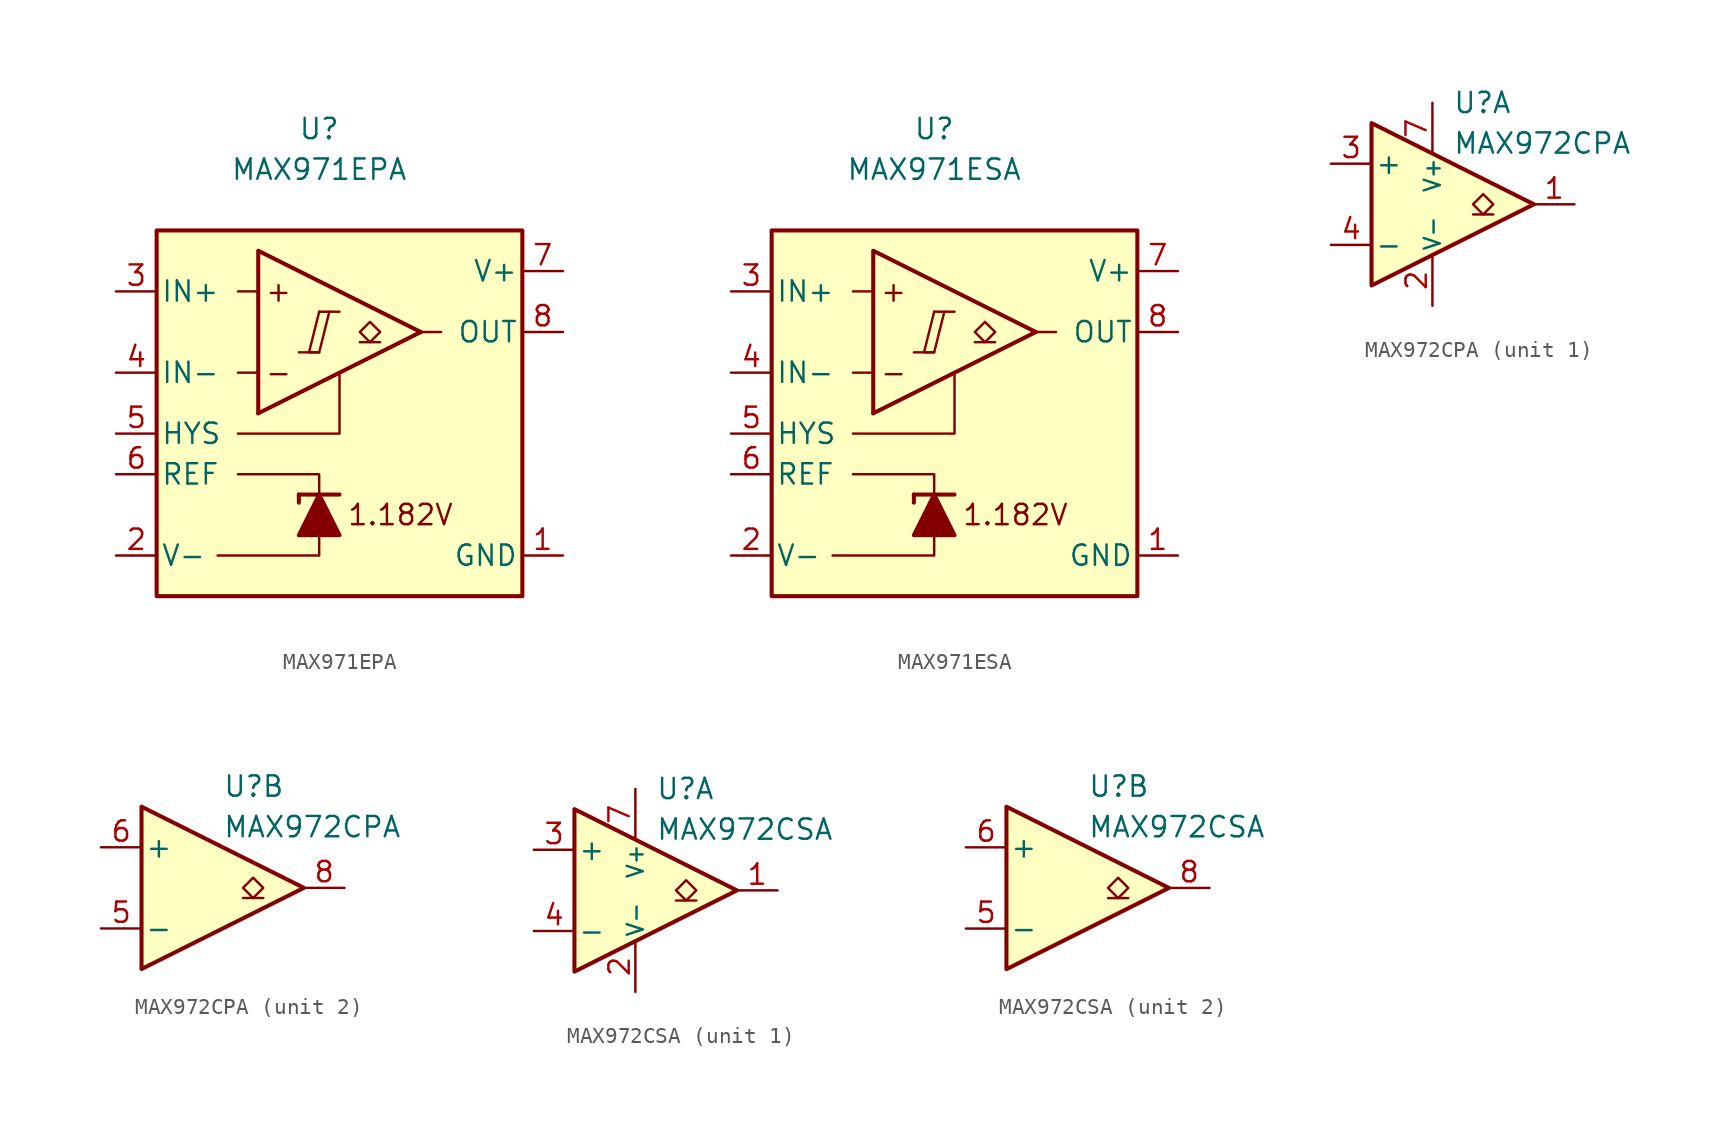
<source format=kicad_sym>
(kicad_symbol_lib
  (version 20211014)
  (generator kicad_symbol_editor)
  (symbol "MAX971EPA"
    (pin_names
      (offset 0.254))
    (property "Reference" "U"
      (at 0 16.51 0)
      (effects (font (size 1.27 1.27))))
    (property "Value" "MAX971EPA"
      (at 0 13.97 0)
      (effects (font (size 1.27 1.27))))
    (symbol "MAX971EPA_0_0"
      (polyline (pts (xy -1.27 2.54) (xy 0 2.54)) (stroke (width 0.152) (type default) (color 0 0 0 0)) (fill (type none)))
      (polyline (pts (xy 0 5.08) (xy 1.27 5.08)) (stroke (width 0.152) (type default) (color 0 0 0 0)) (fill (type none)))
      (polyline (pts (xy 6.35 3.81) (xy -3.81 -1.27)) (stroke (width 0.254) (type default) (color 0 0 0 0)) (fill (type none)))
      (polyline (pts (xy 6.35 3.81) (xy -3.81 8.89) (xy -3.81 -1.27)) (stroke (width 0.254) (type default) (color 0 0 0 0)) (fill (type background)))
      (polyline (pts (xy 0 5.08) (xy -0.635 2.54) (xy 0 2.54) (xy 0.635 5.08)) (stroke (width 0.152) (type default) (color 0 0 0 0)) (fill (type none)))
      (text "+" (at -2.54 6.35 0) (effects (font (size 1.27 1.27))))
      (text "-" (at -2.54 1.27 0) (effects (font (size 1.27 1.27))))
      (text "1.182V" (at 5.08 -7.62 0) (effects (font (size 1.27 1.27)))))
    (symbol "MAX971EPA_0_1"
      (polyline (pts (xy -3.81 1.27) (xy -5.08 1.27)) (stroke (width 0) (type default) (color 0 0 0 0)) (fill (type none)))
      (polyline (pts (xy -3.81 6.35) (xy -5.08 6.35)) (stroke (width 0) (type default) (color 0 0 0 0)) (fill (type none)))
      (polyline (pts (xy -1.27 -6.35) (xy -1.27 -6.858)) (stroke (width 0.254) (type default) (color 0 0 0 0)) (fill (type none)))
      (polyline (pts (xy -1.27 -6.35) (xy 1.27 -6.35)) (stroke (width 0.254) (type default) (color 0 0 0 0)) (fill (type none)))
      (polyline (pts (xy 6.35 3.81) (xy 7.62 3.81)) (stroke (width 0) (type default) (color 0 0 0 0)) (fill (type none)))
      (polyline (pts (xy 0 -8.89) (xy 0 -10.16) (xy -6.35 -10.16)) (stroke (width 0) (type default) (color 0 0 0 0)) (fill (type none)))
      (polyline (pts (xy 0 -6.35) (xy 0 -5.08) (xy -5.08 -5.08)) (stroke (width 0) (type default) (color 0 0 0 0)) (fill (type none)))
      (polyline (pts (xy 1.27 1.27) (xy 1.27 -2.54) (xy -5.08 -2.54)) (stroke (width 0) (type default) (color 0 0 0 0)) (fill (type none)))
      (polyline (pts (xy 1.27 -8.89) (xy -1.27 -8.89) (xy 0 -6.35) (xy 1.27 -8.89)) (stroke (width 0.254) (type default) (color 0 0 0 0)) (fill (type outline)))
      (rectangle (start 12.7 10.16) (end -10.16 -12.7) (stroke (width 0.254) (type default) (color 0 0 0 0)) (fill (type background))))
    (symbol "MAX971EPA_1_1"
      (polyline (pts (xy 3.81 3.175) (xy 2.54 3.175)) (stroke (width 0.152) (type default) (color 0 0 0 0)) (fill (type none)))
      (polyline (pts (xy 3.175 3.175) (xy 2.54 3.81) (xy 3.175 4.445) (xy 3.81 3.81) (xy 3.175 3.175)) (stroke (width 0.152) (type default) (color 0 0 0 0)) (fill (type none)))
      (pin power_in line (at 15.24 -10.16 180) (length 2.54) (name "GND" (effects (font (size 1.27 1.27)))) (number "1" (effects (font (size 1.27 1.27)))))
      (pin power_in line (at -12.7 -10.16 0) (length 2.54) (name "V-" (effects (font (size 1.27 1.27)))) (number "2" (effects (font (size 1.27 1.27)))))
      (pin input line (at -12.7 6.35 0) (length 2.54) (name "IN+" (effects (font (size 1.27 1.27)))) (number "3" (effects (font (size 1.27 1.27)))))
      (pin input line (at -12.7 1.27 0) (length 2.54) (name "IN-" (effects (font (size 1.27 1.27)))) (number "4" (effects (font (size 1.27 1.27)))))
      (pin input line (at -12.7 -2.54 0) (length 2.54) (name "HYS" (effects (font (size 1.27 1.27)))) (number "5" (effects (font (size 1.27 1.27)))))
      (pin output line (at -12.7 -5.08 0) (length 2.54) (name "REF" (effects (font (size 1.27 1.27)))) (number "6" (effects (font (size 1.27 1.27)))))
      (pin power_in line (at 15.24 7.62 180) (length 2.54) (name "V+" (effects (font (size 1.27 1.27)))) (number "7" (effects (font (size 1.27 1.27)))))
      (pin open_collector line (at 15.24 3.81 180) (length 2.54) (name "OUT" (effects (font (size 1.27 1.27)))) (number "8" (effects (font (size 1.27 1.27)))))))
  (symbol "MAX971ESA"
    (pin_names
      (offset 0.254))
    (property "Reference" "U"
      (at 0 16.51 0)
      (effects (font (size 1.27 1.27))))
    (property "Value" "MAX971ESA"
      (at 0 13.97 0)
      (effects (font (size 1.27 1.27))))
    (symbol "MAX971ESA_0_0"
      (polyline (pts (xy -1.27 2.54) (xy 0 2.54)) (stroke (width 0.152) (type default) (color 0 0 0 0)) (fill (type none)))
      (polyline (pts (xy 0 5.08) (xy 1.27 5.08)) (stroke (width 0.152) (type default) (color 0 0 0 0)) (fill (type none)))
      (polyline (pts (xy 6.35 3.81) (xy -3.81 -1.27)) (stroke (width 0.254) (type default) (color 0 0 0 0)) (fill (type none)))
      (polyline (pts (xy 6.35 3.81) (xy -3.81 8.89) (xy -3.81 -1.27)) (stroke (width 0.254) (type default) (color 0 0 0 0)) (fill (type background)))
      (polyline (pts (xy 0 5.08) (xy -0.635 2.54) (xy 0 2.54) (xy 0.635 5.08)) (stroke (width 0.152) (type default) (color 0 0 0 0)) (fill (type none)))
      (text "+" (at -2.54 6.35 0) (effects (font (size 1.27 1.27))))
      (text "-" (at -2.54 1.27 0) (effects (font (size 1.27 1.27))))
      (text "1.182V" (at 5.08 -7.62 0) (effects (font (size 1.27 1.27)))))
    (symbol "MAX971ESA_0_1"
      (polyline (pts (xy -3.81 1.27) (xy -5.08 1.27)) (stroke (width 0) (type default) (color 0 0 0 0)) (fill (type none)))
      (polyline (pts (xy -3.81 6.35) (xy -5.08 6.35)) (stroke (width 0) (type default) (color 0 0 0 0)) (fill (type none)))
      (polyline (pts (xy -1.27 -6.35) (xy -1.27 -6.858)) (stroke (width 0.254) (type default) (color 0 0 0 0)) (fill (type none)))
      (polyline (pts (xy -1.27 -6.35) (xy 1.27 -6.35)) (stroke (width 0.254) (type default) (color 0 0 0 0)) (fill (type none)))
      (polyline (pts (xy 6.35 3.81) (xy 7.62 3.81)) (stroke (width 0) (type default) (color 0 0 0 0)) (fill (type none)))
      (polyline (pts (xy 0 -8.89) (xy 0 -10.16) (xy -6.35 -10.16)) (stroke (width 0) (type default) (color 0 0 0 0)) (fill (type none)))
      (polyline (pts (xy 0 -6.35) (xy 0 -5.08) (xy -5.08 -5.08)) (stroke (width 0) (type default) (color 0 0 0 0)) (fill (type none)))
      (polyline (pts (xy 1.27 1.27) (xy 1.27 -2.54) (xy -5.08 -2.54)) (stroke (width 0) (type default) (color 0 0 0 0)) (fill (type none)))
      (polyline (pts (xy 1.27 -8.89) (xy -1.27 -8.89) (xy 0 -6.35) (xy 1.27 -8.89)) (stroke (width 0.254) (type default) (color 0 0 0 0)) (fill (type outline)))
      (rectangle (start 12.7 10.16) (end -10.16 -12.7) (stroke (width 0.254) (type default) (color 0 0 0 0)) (fill (type background))))
    (symbol "MAX971ESA_1_1"
      (polyline (pts (xy 3.81 3.175) (xy 2.54 3.175)) (stroke (width 0.152) (type default) (color 0 0 0 0)) (fill (type none)))
      (polyline (pts (xy 3.175 3.175) (xy 2.54 3.81) (xy 3.175 4.445) (xy 3.81 3.81) (xy 3.175 3.175)) (stroke (width 0.152) (type default) (color 0 0 0 0)) (fill (type none)))
      (pin power_in line (at 15.24 -10.16 180) (length 2.54) (name "GND" (effects (font (size 1.27 1.27)))) (number "1" (effects (font (size 1.27 1.27)))))
      (pin power_in line (at -12.7 -10.16 0) (length 2.54) (name "V-" (effects (font (size 1.27 1.27)))) (number "2" (effects (font (size 1.27 1.27)))))
      (pin input line (at -12.7 6.35 0) (length 2.54) (name "IN+" (effects (font (size 1.27 1.27)))) (number "3" (effects (font (size 1.27 1.27)))))
      (pin input line (at -12.7 1.27 0) (length 2.54) (name "IN-" (effects (font (size 1.27 1.27)))) (number "4" (effects (font (size 1.27 1.27)))))
      (pin input line (at -12.7 -2.54 0) (length 2.54) (name "HYS" (effects (font (size 1.27 1.27)))) (number "5" (effects (font (size 1.27 1.27)))))
      (pin output line (at -12.7 -5.08 0) (length 2.54) (name "REF" (effects (font (size 1.27 1.27)))) (number "6" (effects (font (size 1.27 1.27)))))
      (pin power_in line (at 15.24 7.62 180) (length 2.54) (name "V+" (effects (font (size 1.27 1.27)))) (number "7" (effects (font (size 1.27 1.27)))))
      (pin open_collector line (at 15.24 3.81 180) (length 2.54) (name "OUT" (effects (font (size 1.27 1.27)))) (number "8" (effects (font (size 1.27 1.27)))))))
  (symbol "MAX972CPA"
    (pin_names
      (offset 0.2))
    (property "Reference" "U"
      (at 1.27 6.35 0)
      (effects (font (size 1.27 1.27)) (justify left)))
    (property "Value" "MAX972CPA"
      (at 1.27 3.81 0)
      (effects (font (size 1.27 1.27)) (justify left)))
    (property "ki_locked" ""
      (at 0 0 0)
      (effects (font (size 1.27 1.27))))
    (symbol "MAX972CPA_0_1"
      (polyline (pts (xy -3.81 5.08) (xy -3.81 -5.08) (xy 6.35 0) (xy -3.81 5.08)) (stroke (width 0.254) (type default) (color 0 0 0 0)) (fill (type background))))
    (symbol "MAX972CPA_1_1"
      (polyline (pts (xy 3.81 -0.635) (xy 2.54 -0.635)) (stroke (width 0.152) (type default) (color 0 0 0 0)) (fill (type none)))
      (polyline (pts (xy 3.175 -0.635) (xy 2.54 0) (xy 3.175 0.635) (xy 3.81 0) (xy 3.175 -0.635)) (stroke (width 0.152) (type default) (color 0 0 0 0)) (fill (type none)))
      (pin output line (at 8.89 0 180) (length 2.54) (name "~" (effects (font (size 1.27 1.27)))) (number "1" (effects (font (size 1.27 1.27)))))
      (pin power_in line (at 0 -6.35 90) (length 3.18) (name "V-" (effects (font (size 1 1)))) (number "2" (effects (font (size 1.27 1.27)))))
      (pin input line (at -6.35 2.54 0) (length 2.54) (name "+" (effects (font (size 1.27 1.27)))) (number "3" (effects (font (size 1.27 1.27)))))
      (pin input line (at -6.35 -2.54 0) (length 2.54) (name "-" (effects (font (size 1.27 1.27)))) (number "4" (effects (font (size 1.27 1.27)))))
      (pin power_in line (at 0 6.35 270) (length 3.18) (name "V+" (effects (font (size 1 1)))) (number "7" (effects (font (size 1.27 1.27))))))
    (symbol "MAX972CPA_2_1"
      (polyline (pts (xy 3.81 -0.635) (xy 2.54 -0.635)) (stroke (width 0.152) (type default) (color 0 0 0 0)) (fill (type none)))
      (polyline (pts (xy 3.175 -0.635) (xy 2.54 0) (xy 3.175 0.635) (xy 3.81 0) (xy 3.175 -0.635)) (stroke (width 0.152) (type default) (color 0 0 0 0)) (fill (type none)))
      (pin input line (at -6.35 -2.54 0) (length 2.54) (name "-" (effects (font (size 1.27 1.27)))) (number "5" (effects (font (size 1.27 1.27)))))
      (pin input line (at -6.35 2.54 0) (length 2.54) (name "+" (effects (font (size 1.27 1.27)))) (number "6" (effects (font (size 1.27 1.27)))))
      (pin output line (at 8.89 0 180) (length 2.54) (name "~" (effects (font (size 1.27 1.27)))) (number "8" (effects (font (size 1.27 1.27)))))))
  (symbol "MAX972CSA"
    (pin_names
      (offset 0.2))
    (property "Reference" "U"
      (at 1.27 6.35 0)
      (effects (font (size 1.27 1.27)) (justify left)))
    (property "Value" "MAX972CSA"
      (at 1.27 3.81 0)
      (effects (font (size 1.27 1.27)) (justify left)))
    (property "ki_locked" ""
      (at 0 0 0)
      (effects (font (size 1.27 1.27))))
    (symbol "MAX972CSA_0_1"
      (polyline (pts (xy -3.81 5.08) (xy -3.81 -5.08) (xy 6.35 0) (xy -3.81 5.08)) (stroke (width 0.254) (type default) (color 0 0 0 0)) (fill (type background))))
    (symbol "MAX972CSA_1_1"
      (polyline (pts (xy 3.81 -0.635) (xy 2.54 -0.635)) (stroke (width 0.152) (type default) (color 0 0 0 0)) (fill (type none)))
      (polyline (pts (xy 3.175 -0.635) (xy 2.54 0) (xy 3.175 0.635) (xy 3.81 0) (xy 3.175 -0.635)) (stroke (width 0.152) (type default) (color 0 0 0 0)) (fill (type none)))
      (pin output line (at 8.89 0 180) (length 2.54) (name "~" (effects (font (size 1.27 1.27)))) (number "1" (effects (font (size 1.27 1.27)))))
      (pin power_in line (at 0 -6.35 90) (length 3.18) (name "V-" (effects (font (size 1 1)))) (number "2" (effects (font (size 1.27 1.27)))))
      (pin input line (at -6.35 2.54 0) (length 2.54) (name "+" (effects (font (size 1.27 1.27)))) (number "3" (effects (font (size 1.27 1.27)))))
      (pin input line (at -6.35 -2.54 0) (length 2.54) (name "-" (effects (font (size 1.27 1.27)))) (number "4" (effects (font (size 1.27 1.27)))))
      (pin power_in line (at 0 6.35 270) (length 3.18) (name "V+" (effects (font (size 1 1)))) (number "7" (effects (font (size 1.27 1.27))))))
    (symbol "MAX972CSA_2_1"
      (polyline (pts (xy 3.81 -0.635) (xy 2.54 -0.635)) (stroke (width 0.152) (type default) (color 0 0 0 0)) (fill (type none)))
      (polyline (pts (xy 3.175 -0.635) (xy 2.54 0) (xy 3.175 0.635) (xy 3.81 0) (xy 3.175 -0.635)) (stroke (width 0.152) (type default) (color 0 0 0 0)) (fill (type none)))
      (pin input line (at -6.35 -2.54 0) (length 2.54) (name "-" (effects (font (size 1.27 1.27)))) (number "5" (effects (font (size 1.27 1.27)))))
      (pin input line (at -6.35 2.54 0) (length 2.54) (name "+" (effects (font (size 1.27 1.27)))) (number "6" (effects (font (size 1.27 1.27)))))
      (pin output line (at 8.89 0 180) (length 2.54) (name "~" (effects (font (size 1.27 1.27)))) (number "8" (effects (font (size 1.27 1.27))))))))
</source>
